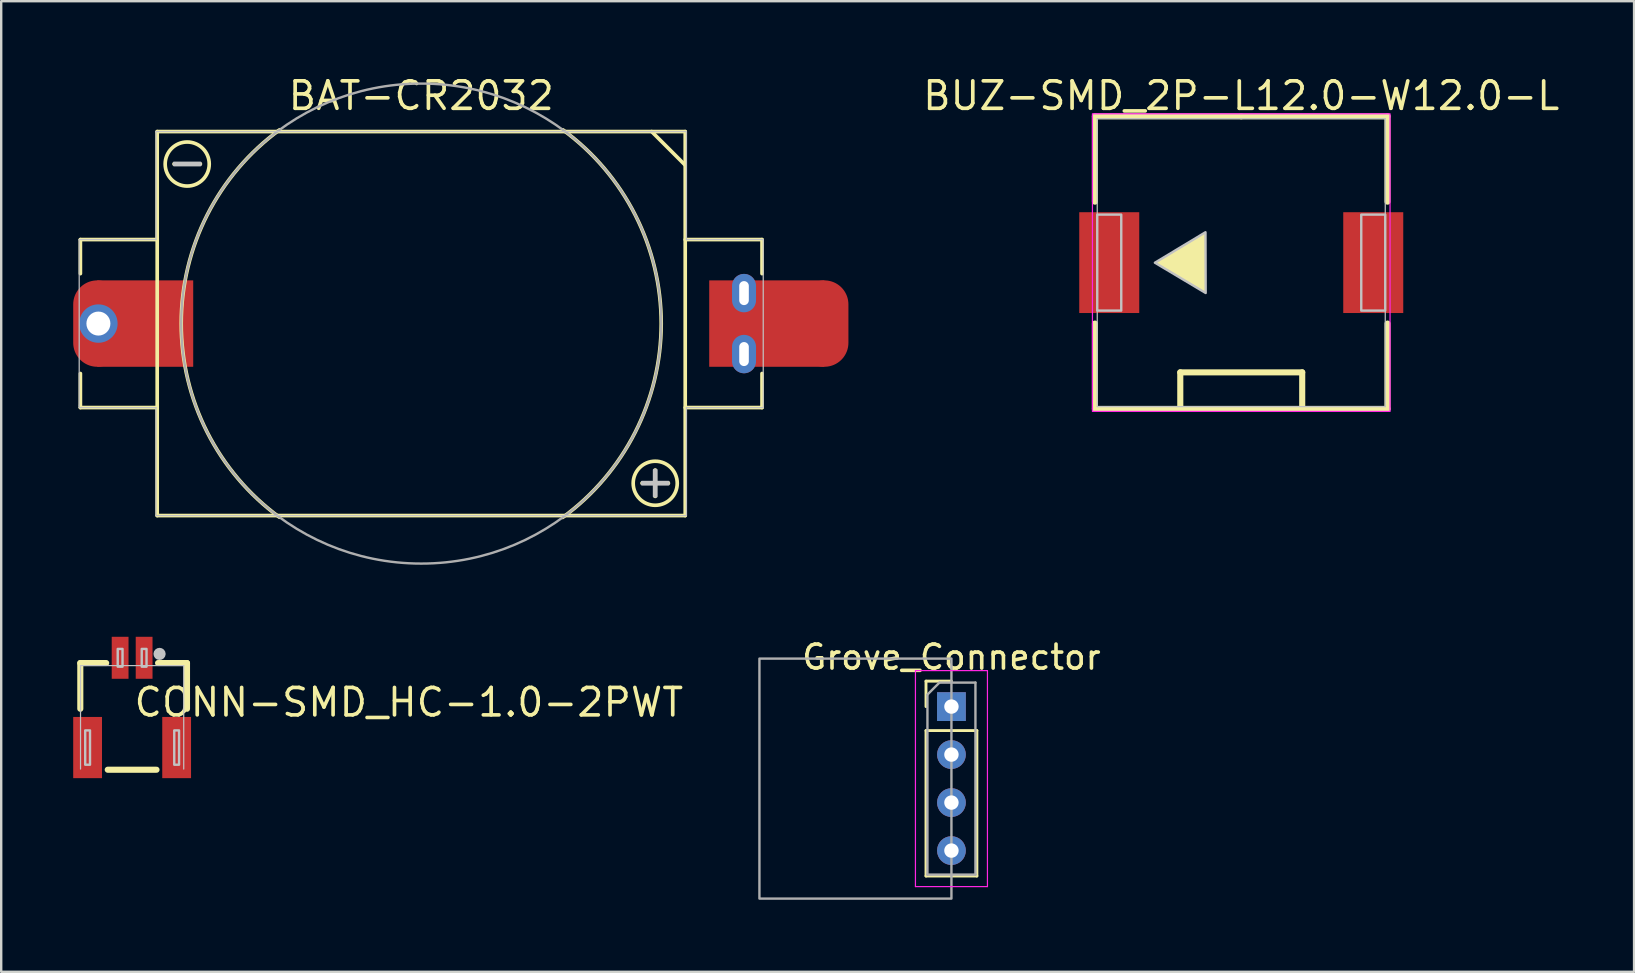
<source format=kicad_pcb>
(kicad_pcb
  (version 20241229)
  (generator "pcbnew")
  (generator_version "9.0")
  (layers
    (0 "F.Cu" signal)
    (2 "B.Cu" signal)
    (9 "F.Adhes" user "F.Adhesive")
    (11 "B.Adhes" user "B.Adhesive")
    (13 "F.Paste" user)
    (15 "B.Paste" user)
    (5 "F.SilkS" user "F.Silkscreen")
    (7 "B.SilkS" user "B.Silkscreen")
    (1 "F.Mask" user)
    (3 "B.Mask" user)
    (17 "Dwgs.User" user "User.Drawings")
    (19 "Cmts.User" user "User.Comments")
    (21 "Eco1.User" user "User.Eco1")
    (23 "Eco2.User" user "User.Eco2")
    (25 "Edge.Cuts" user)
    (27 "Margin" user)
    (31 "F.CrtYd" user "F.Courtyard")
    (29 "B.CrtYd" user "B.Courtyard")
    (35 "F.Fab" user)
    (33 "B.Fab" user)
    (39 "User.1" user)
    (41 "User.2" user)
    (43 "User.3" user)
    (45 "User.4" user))
  (footprint "Grove_Connector"
    (layer "F.Cu")
    (at 36.592 29.39)
    (property "Reference" "Grove_Connector" (at 0 -5.06 0) (layer "F.SilkS") (effects (font (size 1 1) (thickness 0.15))))
    (attr through_hole)
    (fp_line (start -1.06 -4.06) (end 0 -4.06) (stroke (width 0.12) (type solid)) (layer "F.SilkS"))
    (fp_line (start -1.06 -3) (end -1.06 -4.06) (stroke (width 0.12) (type solid)) (layer "F.SilkS"))
    (fp_line (start -1.06 -2) (end -1.06 4.06) (stroke (width 0.12) (type solid)) (layer "F.SilkS"))
    (fp_line (start -1.06 -2) (end 1.06 -2) (stroke (width 0.12) (type solid)) (layer "F.SilkS"))
    (fp_line (start -1.06 4.06) (end 1.06 4.06) (stroke (width 0.12) (type solid)) (layer "F.SilkS"))
    (fp_line (start 1.06 -2) (end 1.06 4.06) (stroke (width 0.12) (type solid)) (layer "F.SilkS"))
    (fp_line (start -1.5 -4.5) (end -1.5 4.5) (stroke (width 0.05) (type solid)) (layer "F.CrtYd"))
    (fp_line (start -1.5 4.5) (end 1.5 4.5) (stroke (width 0.05) (type solid)) (layer "F.CrtYd"))
    (fp_line (start 1.5 -4.5) (end -1.5 -4.5) (stroke (width 0.05) (type solid)) (layer "F.CrtYd"))
    (fp_line (start 1.5 4.5) (end 1.5 -4.5) (stroke (width 0.05) (type solid)) (layer "F.CrtYd"))
    (fp_line (start -1 -3.5) (end -0.5 -4) (stroke (width 0.1) (type solid)) (layer "F.Fab"))
    (fp_line (start -1 4) (end -1 -3.5) (stroke (width 0.1) (type solid)) (layer "F.Fab"))
    (fp_line (start -0.5 -4) (end 1 -4) (stroke (width 0.1) (type solid)) (layer "F.Fab"))
    (fp_line (start 1 -4) (end 1 4) (stroke (width 0.1) (type solid)) (layer "F.Fab"))
    (fp_line (start 1 4) (end -1 4) (stroke (width 0.1) (type solid)) (layer "F.Fab"))
    (fp_rect (start 0 -5) (end -8 5) (stroke (width 0.1) (type default)) (fill no) (layer "F.Fab"))
    (pad "1" thru_hole rect (at 0 -3) (size 1.2 1.2) (drill 0.6) (layers "*.Cu" "*.Mask"))
    (pad "2" thru_hole circle (at 0 -1) (size 1.2 1.2) (drill 0.6) (layers "*.Cu" "*.Mask"))
    (pad "3" thru_hole circle (at 0 1) (size 1.2 1.2) (drill 0.6) (layers "*.Cu" "*.Mask"))
    (pad "4" thru_hole circle (at 0 3) (size 1.2 1.2) (drill 0.6) (layers "*.Cu" "*.Mask")))
  (footprint "CONN-SMD_HC-1.0-2PWT"
    (layer "F.Cu")
    (at 2.455 26.227)
    (property "Reference" "CONN-SMD_HC-1.0-2PWT" (at 0 -0.013 0) (layer "F.SilkS") (effects (font (size 1.143 1.143) (thickness 0.152)) (justify left)))
    (attr smd)
    (fp_line (start -2.159 -1.651) (end -1.081 -1.651) (stroke (width 0.254) (type solid)) (layer "F.SilkS"))
    (fp_line (start -2.159 0.254) (end -2.159 -1.651) (stroke (width 0.254) (type solid)) (layer "F.SilkS"))
    (fp_line (start -1.016 2.794) (end 1.016 2.794) (stroke (width 0.254) (type solid)) (layer "F.SilkS"))
    (fp_line (start 1.081 -1.651) (end 2.286 -1.651) (stroke (width 0.254) (type solid)) (layer "F.SilkS"))
    (fp_line (start 2.286 -1.651) (end 2.286 0.254) (stroke (width 0.254) (type solid)) (layer "F.SilkS"))
    (fp_line (start -2.15 -1.545) (end 2.15 -1.545) (stroke (width 0.051) (type solid)) (layer "Dwgs.User"))
    (fp_line (start -2.15 2.765) (end -2.15 -1.545) (stroke (width 0.051) (type solid)) (layer "Dwgs.User"))
    (fp_line (start 2.15 -1.545) (end 2.15 2.765) (stroke (width 0.051) (type solid)) (layer "Dwgs.User"))
    (fp_arc (start 1.27 -2.026) (mid 1.015898 -2.035184) (end 1.270141 -2.031634) (stroke (width 0.254) (type solid)) (layer "Dwgs.User"))
    (fp_poly (pts (xy -1.755 2.585) (xy -1.955 2.585) (xy -1.955 1.155) (xy -1.755 1.155) (xy -1.755 2.585)) (stroke (width 0.1) (type solid)) (fill no) (layer "Dwgs.User"))
    (fp_poly (pts (xy -0.4 -1.5) (xy -0.6 -1.5) (xy -0.6 -2.24) (xy -0.4 -2.24) (xy -0.4 -1.5)) (stroke (width 0.1) (type solid)) (fill no) (layer "Dwgs.User"))
    (fp_poly (pts (xy 0.6 -1.5) (xy 0.4 -1.5) (xy 0.4 -2.24) (xy 0.6 -2.24) (xy 0.6 -1.5)) (stroke (width 0.1) (type solid)) (fill no) (layer "Dwgs.User"))
    (fp_poly (pts (xy 1.955 2.585) (xy 1.755 2.585) (xy 1.755 1.155) (xy 1.955 1.155) (xy 1.955 2.585)) (stroke (width 0.1) (type solid)) (fill no) (layer "Dwgs.User"))
    (pad "" smd rect (at -1.855 1.87 180) (size 1.2 2.55) (layers "F.Cu" "F.Mask" "F.Paste"))
    (pad "" smd rect (at 1.855 1.87 180) (size 1.2 2.55) (layers "F.Cu" "F.Mask" "F.Paste"))
    (pad "1" smd rect (at 0.5 -1.87 180) (size 0.7 1.75) (layers "F.Cu" "F.Mask" "F.Paste"))
    (pad "2" smd rect (at -0.5 -1.87 180) (size 0.7 1.75) (layers "F.Cu" "F.Mask" "F.Paste")))
  (footprint "BAT-CR2032"
    (layer "F.Cu")
    (at 14.5 10.432)
    (property "Reference" "BAT-CR2032" (at 0 -10.16 0) (layer "F.SilkS") (effects (font (size 1.143 1.143) (thickness 0.152)) (justify top)))
    (attr smd)
    (fp_line (start -14.2 -3.5) (end -14.2 -2.08) (stroke (width 0.152) (type solid)) (layer "F.SilkS"))
    (fp_line (start -14.2 -3.5) (end -11 -3.5) (stroke (width 0.152) (type solid)) (layer "F.SilkS"))
    (fp_line (start -14.2 3.5) (end -14.2 2.08) (stroke (width 0.152) (type solid)) (layer "F.SilkS"))
    (fp_line (start -14.2 3.5) (end -11 3.5) (stroke (width 0.152) (type solid)) (layer "F.SilkS"))
    (fp_line (start -11 -8) (end -11 8) (stroke (width 0.152) (type default)) (layer "F.SilkS"))
    (fp_line (start -11 -8) (end 11 -8) (stroke (width 0.152) (type solid)) (layer "F.SilkS"))
    (fp_line (start -11 8) (end 11 8) (stroke (width 0.152) (type solid)) (layer "F.SilkS"))
    (fp_line (start -9.2 -6.65) (end -10.3 -6.65) (stroke (width 0.152) (type solid)) (layer "F.SilkS"))
    (fp_line (start 9.2 6.65) (end 10.3 6.65) (stroke (width 0.152) (type solid)) (layer "F.SilkS"))
    (fp_line (start 9.6 -8) (end 11 -6.6) (stroke (width 0.152) (type solid)) (layer "F.SilkS"))
    (fp_line (start 9.75 7.2) (end 9.75 6.1) (stroke (width 0.152) (type solid)) (layer "F.SilkS"))
    (fp_line (start 11 -8) (end 11 8) (stroke (width 0.152) (type default)) (layer "F.SilkS"))
    (fp_line (start 14.2 -3.5) (end 11 -3.5) (stroke (width 0.152) (type solid)) (layer "F.SilkS"))
    (fp_line (start 14.2 -3.5) (end 14.2 -2.08) (stroke (width 0.152) (type solid)) (layer "F.SilkS"))
    (fp_line (start 14.2 3.5) (end 11 3.5) (stroke (width 0.152) (type solid)) (layer "F.SilkS"))
    (fp_line (start 14.2 3.5) (end 14.2 2.08) (stroke (width 0.152) (type solid)) (layer "F.SilkS"))
    (fp_arc (start -8.832 -6.645) (mid -10.66801 -6.652597) (end -8.831986 -6.649807) (stroke (width 0.152) (type solid)) (layer "F.SilkS"))
    (fp_arc (start -5.905 8.07) (mid -9.999695 -0.005458) (end -5.896188 -8.076441) (stroke (width 0.152) (type solid)) (layer "F.SilkS"))
    (fp_arc (start 5.905 -8.07) (mid 9.999695 0.005458) (end 5.896188 8.076441) (stroke (width 0.152) (type solid)) (layer "F.SilkS"))
    (fp_arc (start 10.668 6.655) (mid 8.83199 6.647403) (end 10.668014 6.650193) (stroke (width 0.152) (type solid)) (layer "F.SilkS"))
    (fp_line (start -14.25 -3.5) (end -11.05 -3.5) (stroke (width 0.051) (type solid)) (layer "Dwgs.User"))
    (fp_line (start -14.25 3.4) (end -14.25 -3.5) (stroke (width 0.051) (type solid)) (layer "Dwgs.User"))
    (fp_line (start -14.25 3.5) (end -14.25 3.4) (stroke (width 0.051) (type solid)) (layer "Dwgs.User"))
    (fp_line (start -11.05 -8) (end 11.05 -8) (stroke (width 0.051) (type solid)) (layer "Dwgs.User"))
    (fp_line (start -11.05 -3.5) (end -11.05 -8) (stroke (width 0.051) (type solid)) (layer "Dwgs.User"))
    (fp_line (start -11.05 3.5) (end -14.25 3.5) (stroke (width 0.051) (type solid)) (layer "Dwgs.User"))
    (fp_line (start -11.05 8) (end -11.05 3.5) (stroke (width 0.051) (type solid)) (layer "Dwgs.User"))
    (fp_line (start 11.05 -8) (end 11.05 -3.5) (stroke (width 0.051) (type solid)) (layer "Dwgs.User"))
    (fp_line (start 11.05 -3.5) (end 14.25 -3.5) (stroke (width 0.051) (type solid)) (layer "Dwgs.User"))
    (fp_line (start 11.05 3.5) (end 11.05 8) (stroke (width 0.051) (type solid)) (layer "Dwgs.User"))
    (fp_line (start 11.05 8) (end -11.05 8) (stroke (width 0.051) (type solid)) (layer "Dwgs.User"))
    (fp_line (start 14.25 -3.5) (end 14.25 3.5) (stroke (width 0.051) (type solid)) (layer "Dwgs.User"))
    (fp_line (start 14.25 3.5) (end 11.05 3.5) (stroke (width 0.051) (type solid)) (layer "Dwgs.User"))
    (fp_poly (pts (xy -10.3 -6.7) (xy -9.2 -6.7) (xy -9.2 -6.6) (xy -10.3 -6.6) (xy -10.3 -6.7)) (stroke (width 0.1) (type solid)) (fill no) (layer "Dwgs.User"))
    (fp_poly (pts (xy 9.2 6.6) (xy 10.3 6.6) (xy 10.3 6.7) (xy 9.2 6.7) (xy 9.2 6.6)) (stroke (width 0.1) (type solid)) (fill no) (layer "Dwgs.User"))
    (fp_poly (pts (xy 9.7 7.2) (xy 9.7 6.1) (xy 9.8 6.1) (xy 9.8 7.2) (xy 9.7 7.2)) (stroke (width 0.1) (type solid)) (fill no) (layer "Dwgs.User"))
    (fp_circle (center 0 0) (end 10 0) (stroke (width 0.1) (type default)) (fill no) (layer "F.Fab"))
    (pad "" smd oval (at -13.5 0) (size 2 3.6) (layers "F.Cu" "F.Mask" "F.Paste"))
    (pad "" smd oval (at 16.8 0) (size 2 3.6) (layers "F.Cu" "F.Mask" "F.Paste"))
    (pad "1" thru_hole oval (at 13.45 -1.27) (size 1 1.6) (drill oval 0.4 1) (layers "*.Cu" "*.Mask"))
    (pad "1" thru_hole oval (at 13.45 1.27) (size 1 1.6) (drill oval 0.4 1) (layers "*.Cu" "*.Mask"))
    (pad "1" smd rect (at 14.4 0) (size 4.8 3.6) (layers "F.Cu" "F.Mask" "F.Paste"))
    (pad "2" thru_hole circle (at -13.45 0) (size 1.6 1.6) (drill 1) (layers "*.Cu" "*.Mask"))
    (pad "2" smd rect (at -11.5 0) (size 4 3.6) (layers "F.Cu" "F.Mask" "F.Paste")))
  (footprint "BUZ-SMD_2P-L12.0-W12.0-L"
    (layer "F.Cu")
    (at 48.667 7.892)
    (property "Reference" "BUZ-SMD_2P-L12.0-W12.0-L" (at 0 -7.62 0) (layer "F.SilkS") (effects (font (size 1.143 1.143) (thickness 0.152)) (justify top)))
    (attr smd)
    (fp_line (start -6.096 -6.096) (end -6.096 -2.54) (stroke (width 0.254) (type solid)) (layer "F.SilkS"))
    (fp_line (start -6.096 2.54) (end -6.096 6.096) (stroke (width 0.254) (type solid)) (layer "F.SilkS"))
    (fp_line (start -6.096 6.096) (end 6.096 6.096) (stroke (width 0.254) (type solid)) (layer "F.SilkS"))
    (fp_line (start -2.54 4.572) (end 2.54 4.572) (stroke (width 0.254) (type solid)) (layer "F.SilkS"))
    (fp_line (start -2.54 6.096) (end -2.54 4.572) (stroke (width 0.254) (type solid)) (layer "F.SilkS"))
    (fp_line (start 0 -6.096) (end -6.096 -6.096) (stroke (width 0.254) (type solid)) (layer "F.SilkS"))
    (fp_line (start 2.54 4.572) (end 2.54 6.096) (stroke (width 0.254) (type solid)) (layer "F.SilkS"))
    (fp_line (start 6.095 -6.096) (end -0.001 -6.096) (stroke (width 0.254) (type solid)) (layer "F.SilkS"))
    (fp_line (start 6.095 -2.54) (end 6.095 -6.096) (stroke (width 0.254) (type solid)) (layer "F.SilkS"))
    (fp_line (start 6.096 6.096) (end 6.096 2.54) (stroke (width 0.254) (type solid)) (layer "F.SilkS"))
    (fp_poly (pts (xy -1.482 1.266) (xy -3.598 0.004) (xy -1.49 -1.266) (xy -1.482 1.266)) (stroke (width 0) (type solid)) (fill yes) (layer "F.SilkS"))
    (fp_line (start -6 -6) (end 6 -6) (stroke (width 0.051) (type solid)) (layer "Dwgs.User"))
    (fp_line (start -6 6) (end -6 -6) (stroke (width 0.051) (type solid)) (layer "Dwgs.User"))
    (fp_line (start 6 -6) (end 6 6) (stroke (width 0.051) (type solid)) (layer "Dwgs.User"))
    (fp_line (start 6 6) (end -6 6) (stroke (width 0.051) (type solid)) (layer "Dwgs.User"))
    (fp_poly (pts (xy -1.482 1.266) (xy -3.598 0.004) (xy -1.49 -1.266) (xy -1.482 1.266)) (stroke (width 0.1) (type solid)) (fill no) (layer "Dwgs.User"))
    (fp_poly (pts (xy -6 -2) (xy -5 -2) (xy -5 2) (xy -6 2) (xy -6 -2)) (stroke (width 0.1) (type solid)) (fill no) (layer "Dwgs.User"))
    (fp_poly (pts (xy 5 -2) (xy 6 -2) (xy 6 2) (xy 5 2) (xy 5 -2)) (stroke (width 0.1) (type solid)) (fill no) (layer "Dwgs.User"))
    (fp_rect (start -6.2 -6.2) (end 6.2 6.2) (stroke (width 0.05) (type default)) (fill no) (layer "F.CrtYd"))
    (pad "1" smd rect (at -5.5 0) (size 2.5 4.2) (layers "F.Cu" "F.Mask" "F.Paste"))
    (pad "2" smd rect (at 5.5 0) (size 2.5 4.2) (layers "F.Cu" "F.Mask" "F.Paste")))
  (gr_rect
    (start -3 -3)
    (end 65.034 37.44)
    (stroke (width 0.1) (type default))
    (fill no)
    (layer "Edge.Cuts")))
</source>
